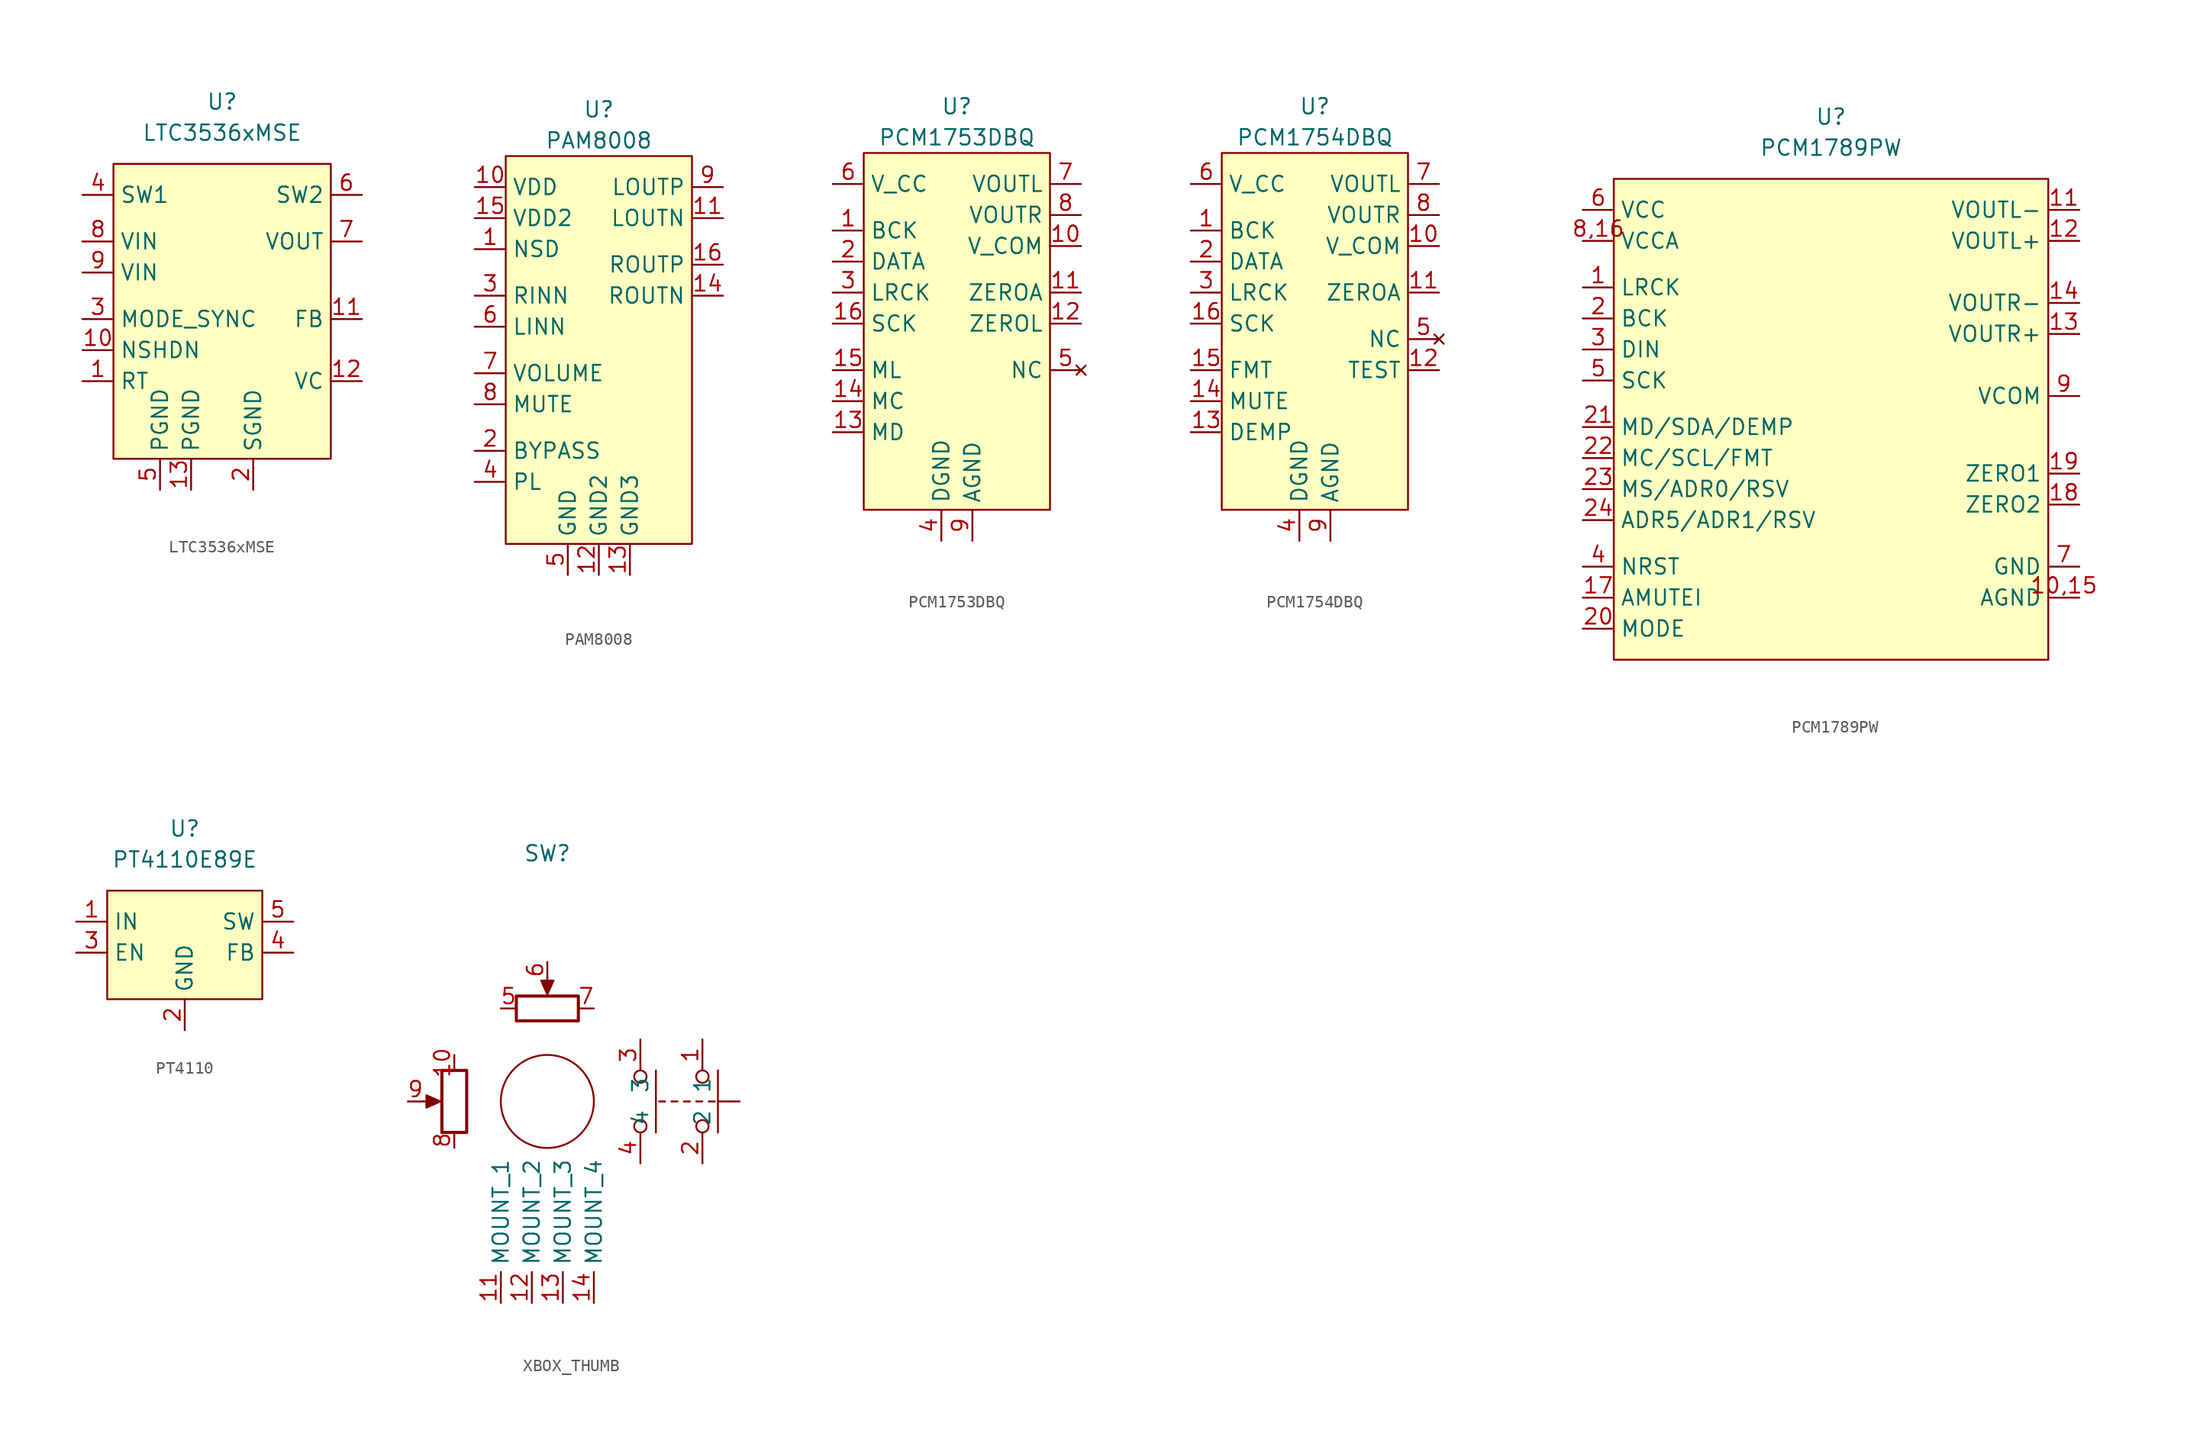
<source format=kicad_sym>
(kicad_symbol_lib
  (version 20220914)
  (generator kicad_symbol_editor)
  (symbol "LTC3536xMSE"
    (property "Reference" "U"
      (at 0 0 0)
      (effects (font (size 1.27 1.27))))
    (property "Value" "LTC3536xMSE"
      (at 0 -2.54 0)
      (effects (font (size 1.27 1.27))))
    (symbol "LTC3536xMSE_1_1"
      (rectangle (start -8.89 -5.08) (end 8.89 -29.21) (stroke (width 0) (type default)) (fill (type background)))
      (pin input line (at -11.43 -22.86 0) (length 2.54) (name "RT" (effects (font (size 1.27 1.27)))) (number "1" (effects (font (size 1.27 1.27)))))
      (pin input line (at -11.43 -20.32 0) (length 2.54) (name "NSHDN" (effects (font (size 1.27 1.27)))) (number "10" (effects (font (size 1.27 1.27)))))
      (pin input line (at 11.43 -17.78 180) (length 2.54) (name "FB" (effects (font (size 1.27 1.27)))) (number "11" (effects (font (size 1.27 1.27)))))
      (pin input line (at 11.43 -22.86 180) (length 2.54) (name "VC" (effects (font (size 1.27 1.27)))) (number "12" (effects (font (size 1.27 1.27)))))
      (pin power_in line (at -2.54 -31.75 90) (length 2.54) (name "PGND" (effects (font (size 1.27 1.27)))) (number "13" (effects (font (size 1.27 1.27)))))
      (pin power_in line (at 2.54 -31.75 90) (length 2.54) (name "SGND" (effects (font (size 1.27 1.27)))) (number "2" (effects (font (size 1.27 1.27)))))
      (pin input line (at -11.43 -17.78 0) (length 2.54) (name "MODE_SYNC" (effects (font (size 1.27 1.27)))) (number "3" (effects (font (size 1.27 1.27)))))
      (pin input line (at -11.43 -7.62 0) (length 2.54) (name "SW1" (effects (font (size 1.27 1.27)))) (number "4" (effects (font (size 1.27 1.27)))))
      (pin power_in line (at -5.08 -31.75 90) (length 2.54) (name "PGND" (effects (font (size 1.27 1.27)))) (number "5" (effects (font (size 1.27 1.27)))))
      (pin input line (at 11.43 -7.62 180) (length 2.54) (name "SW2" (effects (font (size 1.27 1.27)))) (number "6" (effects (font (size 1.27 1.27)))))
      (pin power_out line (at 11.43 -11.43 180) (length 2.54) (name "VOUT" (effects (font (size 1.27 1.27)))) (number "7" (effects (font (size 1.27 1.27)))))
      (pin power_in line (at -11.43 -11.43 0) (length 2.54) (name "VIN" (effects (font (size 1.27 1.27)))) (number "8" (effects (font (size 1.27 1.27)))))
      (pin power_in line (at -11.43 -13.97 0) (length 2.54) (name "VIN" (effects (font (size 1.27 1.27)))) (number "9" (effects (font (size 1.27 1.27)))))))
  (symbol "PAM8008"
    (property "Reference" "U"
      (at 0 2.54 0)
      (effects (font (size 1.27 1.27))))
    (property "Value" "PAM8008"
      (at 0 0 0)
      (effects (font (size 1.27 1.27))))
    (symbol "PAM8008_1_1"
      (rectangle (start -7.62 -1.27) (end 7.62 -33.02) (stroke (width 0) (type default)) (fill (type background)))
      (pin input line (at -10.16 -8.89 0) (length 2.54) (name "NSD" (effects (font (size 1.27 1.27)))) (number "1" (effects (font (size 1.27 1.27)))))
      (pin power_in line (at -10.16 -3.81 0) (length 2.54) (name "VDD" (effects (font (size 1.27 1.27)))) (number "10" (effects (font (size 1.27 1.27)))))
      (pin output line (at 10.16 -6.35 180) (length 2.54) (name "LOUTN" (effects (font (size 1.27 1.27)))) (number "11" (effects (font (size 1.27 1.27)))))
      (pin power_in line (at 0 -35.56 90) (length 2.54) (name "GND2" (effects (font (size 1.27 1.27)))) (number "12" (effects (font (size 1.27 1.27)))))
      (pin power_in line (at 2.54 -35.56 90) (length 2.54) (name "GND3" (effects (font (size 1.27 1.27)))) (number "13" (effects (font (size 1.27 1.27)))))
      (pin output line (at 10.16 -12.7 180) (length 2.54) (name "ROUTN" (effects (font (size 1.27 1.27)))) (number "14" (effects (font (size 1.27 1.27)))))
      (pin power_in line (at -10.16 -6.35 0) (length 2.54) (name "VDD2" (effects (font (size 1.27 1.27)))) (number "15" (effects (font (size 1.27 1.27)))))
      (pin output line (at 10.16 -10.16 180) (length 2.54) (name "ROUTP" (effects (font (size 1.27 1.27)))) (number "16" (effects (font (size 1.27 1.27)))))
      (pin input line (at -10.16 -25.4 0) (length 2.54) (name "BYPASS" (effects (font (size 1.27 1.27)))) (number "2" (effects (font (size 1.27 1.27)))))
      (pin input line (at -10.16 -12.7 0) (length 2.54) (name "RINN" (effects (font (size 1.27 1.27)))) (number "3" (effects (font (size 1.27 1.27)))))
      (pin input line (at -10.16 -27.94 0) (length 2.54) (name "PL" (effects (font (size 1.27 1.27)))) (number "4" (effects (font (size 1.27 1.27)))))
      (pin power_in line (at -2.54 -35.56 90) (length 2.54) (name "GND" (effects (font (size 1.27 1.27)))) (number "5" (effects (font (size 1.27 1.27)))))
      (pin input line (at -10.16 -15.24 0) (length 2.54) (name "LINN" (effects (font (size 1.27 1.27)))) (number "6" (effects (font (size 1.27 1.27)))))
      (pin input line (at -10.16 -19.05 0) (length 2.54) (name "VOLUME" (effects (font (size 1.27 1.27)))) (number "7" (effects (font (size 1.27 1.27)))))
      (pin input line (at -10.16 -21.59 0) (length 2.54) (name "MUTE" (effects (font (size 1.27 1.27)))) (number "8" (effects (font (size 1.27 1.27)))))
      (pin output line (at 10.16 -3.81 180) (length 2.54) (name "LOUTP" (effects (font (size 1.27 1.27)))) (number "9" (effects (font (size 1.27 1.27)))))))
  (symbol "PCM1753DBQ"
    (property "Reference" "U"
      (at 0 2.54 0)
      (effects (font (size 1.27 1.27))))
    (property "Value" "PCM1753DBQ"
      (at 0 0 0)
      (effects (font (size 1.27 1.27))))
    (symbol "PCM1753DBQ_1_1"
      (rectangle (start -7.62 -1.27) (end 7.62 -30.48) (stroke (width 0) (type default)) (fill (type background)))
      (pin input line (at -10.16 -7.62 0) (length 2.54) (name "BCK" (effects (font (size 1.27 1.27)))) (number "1" (effects (font (size 1.27 1.27)))))
      (pin power_out line (at 10.16 -8.89 180) (length 2.54) (name "V_COM" (effects (font (size 1.27 1.27)))) (number "10" (effects (font (size 1.27 1.27)))))
      (pin output line (at 10.16 -12.7 180) (length 2.54) (name "ZEROA" (effects (font (size 1.27 1.27)))) (number "11" (effects (font (size 1.27 1.27)))))
      (pin output line (at 10.16 -15.24 180) (length 2.54) (name "ZEROL" (effects (font (size 1.27 1.27)))) (number "12" (effects (font (size 1.27 1.27)))))
      (pin input line (at -10.16 -24.13 0) (length 2.54) (name "MD" (effects (font (size 1.27 1.27)))) (number "13" (effects (font (size 1.27 1.27)))))
      (pin input line (at -10.16 -21.59 0) (length 2.54) (name "MC" (effects (font (size 1.27 1.27)))) (number "14" (effects (font (size 1.27 1.27)))))
      (pin input line (at -10.16 -19.05 0) (length 2.54) (name "ML" (effects (font (size 1.27 1.27)))) (number "15" (effects (font (size 1.27 1.27)))))
      (pin input line (at -10.16 -15.24 0) (length 2.54) (name "SCK" (effects (font (size 1.27 1.27)))) (number "16" (effects (font (size 1.27 1.27)))))
      (pin input line (at -10.16 -10.16 0) (length 2.54) (name "DATA" (effects (font (size 1.27 1.27)))) (number "2" (effects (font (size 1.27 1.27)))))
      (pin input line (at -10.16 -12.7 0) (length 2.54) (name "LRCK" (effects (font (size 1.27 1.27)))) (number "3" (effects (font (size 1.27 1.27)))))
      (pin input line (at -1.27 -33.02 90) (length 2.54) (name "DGND" (effects (font (size 1.27 1.27)))) (number "4" (effects (font (size 1.27 1.27)))))
      (pin no_connect line (at 10.16 -19.05 180) (length 2.54) (name "NC" (effects (font (size 1.27 1.27)))) (number "5" (effects (font (size 1.27 1.27)))))
      (pin power_in line (at -10.16 -3.81 0) (length 2.54) (name "V_CC" (effects (font (size 1.27 1.27)))) (number "6" (effects (font (size 1.27 1.27)))))
      (pin output line (at 10.16 -3.81 180) (length 2.54) (name "VOUTL" (effects (font (size 1.27 1.27)))) (number "7" (effects (font (size 1.27 1.27)))))
      (pin output line (at 10.16 -6.35 180) (length 2.54) (name "VOUTR" (effects (font (size 1.27 1.27)))) (number "8" (effects (font (size 1.27 1.27)))))
      (pin input line (at 1.27 -33.02 90) (length 2.54) (name "AGND" (effects (font (size 1.27 1.27)))) (number "9" (effects (font (size 1.27 1.27)))))))
  (symbol "PCM1754DBQ"
    (property "Reference" "U"
      (at 0 2.54 0)
      (effects (font (size 1.27 1.27))))
    (property "Value" "PCM1754DBQ"
      (at 0 0 0)
      (effects (font (size 1.27 1.27))))
    (symbol "PCM1754DBQ_1_1"
      (rectangle (start -7.62 -1.27) (end 7.62 -30.48) (stroke (width 0) (type default)) (fill (type background)))
      (pin input line (at -10.16 -7.62 0) (length 2.54) (name "BCK" (effects (font (size 1.27 1.27)))) (number "1" (effects (font (size 1.27 1.27)))))
      (pin power_out line (at 10.16 -8.89 180) (length 2.54) (name "V_COM" (effects (font (size 1.27 1.27)))) (number "10" (effects (font (size 1.27 1.27)))))
      (pin output line (at 10.16 -12.7 180) (length 2.54) (name "ZEROA" (effects (font (size 1.27 1.27)))) (number "11" (effects (font (size 1.27 1.27)))))
      (pin output line (at 10.16 -19.05 180) (length 2.54) (name "TEST" (effects (font (size 1.27 1.27)))) (number "12" (effects (font (size 1.27 1.27)))))
      (pin input line (at -10.16 -24.13 0) (length 2.54) (name "DEMP" (effects (font (size 1.27 1.27)))) (number "13" (effects (font (size 1.27 1.27)))))
      (pin input line (at -10.16 -21.59 0) (length 2.54) (name "MUTE" (effects (font (size 1.27 1.27)))) (number "14" (effects (font (size 1.27 1.27)))))
      (pin input line (at -10.16 -19.05 0) (length 2.54) (name "FMT" (effects (font (size 1.27 1.27)))) (number "15" (effects (font (size 1.27 1.27)))))
      (pin input line (at -10.16 -15.24 0) (length 2.54) (name "SCK" (effects (font (size 1.27 1.27)))) (number "16" (effects (font (size 1.27 1.27)))))
      (pin input line (at -10.16 -10.16 0) (length 2.54) (name "DATA" (effects (font (size 1.27 1.27)))) (number "2" (effects (font (size 1.27 1.27)))))
      (pin input line (at -10.16 -12.7 0) (length 2.54) (name "LRCK" (effects (font (size 1.27 1.27)))) (number "3" (effects (font (size 1.27 1.27)))))
      (pin input line (at -1.27 -33.02 90) (length 2.54) (name "DGND" (effects (font (size 1.27 1.27)))) (number "4" (effects (font (size 1.27 1.27)))))
      (pin no_connect line (at 10.16 -16.51 180) (length 2.54) (name "NC" (effects (font (size 1.27 1.27)))) (number "5" (effects (font (size 1.27 1.27)))))
      (pin power_in line (at -10.16 -3.81 0) (length 2.54) (name "V_CC" (effects (font (size 1.27 1.27)))) (number "6" (effects (font (size 1.27 1.27)))))
      (pin output line (at 10.16 -3.81 180) (length 2.54) (name "VOUTL" (effects (font (size 1.27 1.27)))) (number "7" (effects (font (size 1.27 1.27)))))
      (pin output line (at 10.16 -6.35 180) (length 2.54) (name "VOUTR" (effects (font (size 1.27 1.27)))) (number "8" (effects (font (size 1.27 1.27)))))
      (pin input line (at 1.27 -33.02 90) (length 2.54) (name "AGND" (effects (font (size 1.27 1.27)))) (number "9" (effects (font (size 1.27 1.27)))))))
  (symbol "PCM1789PW"
    (property "Reference" "U"
      (at 0 0 0)
      (effects (font (size 1.27 1.27))))
    (property "Value" "PCM1789PW"
      (at 0 -2.54 0)
      (effects (font (size 1.27 1.27))))
    (symbol "PCM1789PW_1_1"
      (rectangle (start -17.78 -5.08) (end 17.78 -44.45) (stroke (width 0) (type default)) (fill (type background)))
      (pin input line (at -20.32 -13.97 0) (length 2.54) (name "LRCK" (effects (font (size 1.27 1.27)))) (number "1" (effects (font (size 1.27 1.27)))))
      (pin power_in line (at 20.32 -39.37 180) (length 2.54) (name "AGND" (effects (font (size 1.27 1.27)))) (number "10,15" (effects (font (size 1.27 1.27)))))
      (pin output line (at 20.32 -7.62 180) (length 2.54) (name "VOUTL-" (effects (font (size 1.27 1.27)))) (number "11" (effects (font (size 1.27 1.27)))))
      (pin output line (at 20.32 -10.16 180) (length 2.54) (name "VOUTL+" (effects (font (size 1.27 1.27)))) (number "12" (effects (font (size 1.27 1.27)))))
      (pin output line (at 20.32 -17.78 180) (length 2.54) (name "VOUTR+" (effects (font (size 1.27 1.27)))) (number "13" (effects (font (size 1.27 1.27)))))
      (pin output line (at 20.32 -15.24 180) (length 2.54) (name "VOUTR-" (effects (font (size 1.27 1.27)))) (number "14" (effects (font (size 1.27 1.27)))))
      (pin input line (at -20.32 -39.37 0) (length 2.54) (name "AMUTEI" (effects (font (size 1.27 1.27)))) (number "17" (effects (font (size 1.27 1.27)))))
      (pin output line (at 20.32 -31.75 180) (length 2.54) (name "ZERO2" (effects (font (size 1.27 1.27)))) (number "18" (effects (font (size 1.27 1.27)))))
      (pin output line (at 20.32 -29.21 180) (length 2.54) (name "ZERO1" (effects (font (size 1.27 1.27)))) (number "19" (effects (font (size 1.27 1.27)))))
      (pin input line (at -20.32 -16.51 0) (length 2.54) (name "BCK" (effects (font (size 1.27 1.27)))) (number "2" (effects (font (size 1.27 1.27)))))
      (pin input line (at -20.32 -41.91 0) (length 2.54) (name "MODE" (effects (font (size 1.27 1.27)))) (number "20" (effects (font (size 1.27 1.27)))))
      (pin input line (at -20.32 -25.4 0) (length 2.54) (name "MD/SDA/DEMP" (effects (font (size 1.27 1.27)))) (number "21" (effects (font (size 1.27 1.27)))))
      (pin input line (at -20.32 -27.94 0) (length 2.54) (name "MC/SCL/FMT" (effects (font (size 1.27 1.27)))) (number "22" (effects (font (size 1.27 1.27)))))
      (pin input line (at -20.32 -30.48 0) (length 2.54) (name "MS/ADR0/RSV" (effects (font (size 1.27 1.27)))) (number "23" (effects (font (size 1.27 1.27)))))
      (pin input line (at -20.32 -33.02 0) (length 2.54) (name "ADR5/ADR1/RSV" (effects (font (size 1.27 1.27)))) (number "24" (effects (font (size 1.27 1.27)))))
      (pin input line (at -20.32 -19.05 0) (length 2.54) (name "DIN" (effects (font (size 1.27 1.27)))) (number "3" (effects (font (size 1.27 1.27)))))
      (pin input line (at -20.32 -36.83 0) (length 2.54) (name "NRST" (effects (font (size 1.27 1.27)))) (number "4" (effects (font (size 1.27 1.27)))))
      (pin input line (at -20.32 -21.59 0) (length 2.54) (name "SCK" (effects (font (size 1.27 1.27)))) (number "5" (effects (font (size 1.27 1.27)))))
      (pin power_in line (at -20.32 -7.62 0) (length 2.54) (name "VCC" (effects (font (size 1.27 1.27)))) (number "6" (effects (font (size 1.27 1.27)))))
      (pin power_in line (at 20.32 -36.83 180) (length 2.54) (name "GND" (effects (font (size 1.27 1.27)))) (number "7" (effects (font (size 1.27 1.27)))))
      (pin power_in line (at -20.32 -10.16 0) (length 2.54) (name "VCCA" (effects (font (size 1.27 1.27)))) (number "8,16" (effects (font (size 1.27 1.27)))))
      (pin output line (at 20.32 -22.86 180) (length 2.54) (name "VCOM" (effects (font (size 1.27 1.27)))) (number "9" (effects (font (size 1.27 1.27)))))))
  (symbol "PT4110"
    (property "Reference" "U"
      (at 0 2.54 0)
      (effects (font (size 1.27 1.27))))
    (property "Value" "PT4110E89E"
      (at 0 0 0)
      (effects (font (size 1.27 1.27))))
    (symbol "PT4110_1_1"
      (rectangle (start -6.35 -2.54) (end 6.35 -11.43) (stroke (width 0) (type default)) (fill (type background)))
      (pin power_in line (at -8.89 -5.08 0) (length 2.54) (name "IN" (effects (font (size 1.27 1.27)))) (number "1" (effects (font (size 1.27 1.27)))))
      (pin power_in line (at 0 -13.97 90) (length 2.54) (name "GND" (effects (font (size 1.27 1.27)))) (number "2" (effects (font (size 1.27 1.27)))))
      (pin input line (at -8.89 -7.62 0) (length 2.54) (name "EN" (effects (font (size 1.27 1.27)))) (number "3" (effects (font (size 1.27 1.27)))))
      (pin input line (at 8.89 -7.62 180) (length 2.54) (name "FB" (effects (font (size 1.27 1.27)))) (number "4" (effects (font (size 1.27 1.27)))))
      (pin power_out line (at 8.89 -5.08 180) (length 2.54) (name "SW" (effects (font (size 1.27 1.27)))) (number "5" (effects (font (size 1.27 1.27)))))))
  (symbol "XBOX_THUMB"
    (property "Reference" "SW"
      (at 0 20.32 0)
      (effects (font (size 1.27 1.27))))
    (property "Value" ""
      (at 0 0 0)
      (effects (font (size 1.27 1.27))))
    (symbol "XBOX_THUMB_0_1"
      (rectangle (start -8.636 -2.54) (end -6.604 2.54) (stroke (width 0.254) (type default)) (fill (type none)))
      (rectangle (start -2.54 8.636) (end 2.54 6.604) (stroke (width 0.254) (type default)) (fill (type none)))
      (polyline (pts (xy -10.16 0) (xy -9.144 0)) (stroke (width 0) (type default)) (fill (type none)))
      (polyline (pts (xy 0 10.16) (xy 0 9.144)) (stroke (width 0) (type default)) (fill (type none)))
      (polyline (pts (xy 8.89 -2.54) (xy 8.89 2.54)) (stroke (width 0) (type default)) (fill (type none)))
      (polyline (pts (xy 9.652 0) (xy 9.144 0)) (stroke (width 0) (type default)) (fill (type none)))
      (polyline (pts (xy 10.668 0) (xy 10.16 0)) (stroke (width 0) (type default)) (fill (type none)))
      (polyline (pts (xy 11.176 0) (xy 11.684 0)) (stroke (width 0) (type default)) (fill (type none)))
      (polyline (pts (xy 12.192 0) (xy 12.7 0)) (stroke (width 0) (type default)) (fill (type none)))
      (polyline (pts (xy 13.208 0) (xy 13.716 0)) (stroke (width 0) (type default)) (fill (type none)))
      (polyline (pts (xy 13.97 -2.54) (xy 13.97 2.54)) (stroke (width 0) (type default)) (fill (type none)))
      (polyline (pts (xy 13.97 0) (xy 15.748 0)) (stroke (width 0) (type default)) (fill (type none)))
      (polyline (pts (xy -8.763 0) (xy -9.906 -0.508) (xy -9.906 0.508) (xy -8.763 0)) (stroke (width 0) (type default)) (fill (type outline)))
      (polyline (pts (xy 0 8.763) (xy -0.508 9.906) (xy 0.508 9.906) (xy 0 8.763)) (stroke (width 0) (type default)) (fill (type outline)))
      (circle (center 0 0) (radius 3.81) (stroke (width 0) (type default)) (fill (type none)))
      (circle (center 7.62 -2.032) (radius 0.508) (stroke (width 0) (type default)) (fill (type none)))
      (circle (center 7.62 2.032) (radius 0.508) (stroke (width 0) (type default)) (fill (type none)))
      (circle (center 12.7 -2.032) (radius 0.508) (stroke (width 0) (type default)) (fill (type none)))
      (circle (center 12.7 2.032) (radius 0.508) (stroke (width 0) (type default)) (fill (type none)))
      (pin passive line (at 12.7 5.08 270) (length 2.54) (name "1" (effects (font (size 1.27 1.27)))) (number "1" (effects (font (size 1.27 1.27)))))
      (pin passive line (at 12.7 -5.08 90) (length 2.54) (name "2" (effects (font (size 1.27 1.27)))) (number "2" (effects (font (size 1.27 1.27)))))
      (pin passive line (at 7.62 5.08 270) (length 2.54) (name "3" (effects (font (size 1.27 1.27)))) (number "3" (effects (font (size 1.27 1.27)))))
      (pin passive line (at 7.62 -5.08 90) (length 2.54) (name "4" (effects (font (size 1.27 1.27)))) (number "4" (effects (font (size 1.27 1.27))))))
    (symbol "XBOX_THUMB_1_1"
      (pin passive line (at -7.62 3.81 270) (length 1.27) (name "" (effects (font (size 1.27 1.27)))) (number "10" (effects (font (size 1.27 1.27)))))
      (pin unspecified line (at -3.81 -16.51 90) (length 2.54) (name "MOUNT_1" (effects (font (size 1.27 1.27)))) (number "11" (effects (font (size 1.27 1.27)))))
      (pin unspecified line (at -1.27 -16.51 90) (length 2.54) (name "MOUNT_2" (effects (font (size 1.27 1.27)))) (number "12" (effects (font (size 1.27 1.27)))))
      (pin unspecified line (at 1.27 -16.51 90) (length 2.54) (name "MOUNT_3" (effects (font (size 1.27 1.27)))) (number "13" (effects (font (size 1.27 1.27)))))
      (pin unspecified line (at 3.81 -16.51 90) (length 2.54) (name "MOUNT_4" (effects (font (size 1.27 1.27)))) (number "14" (effects (font (size 1.27 1.27)))))
      (pin passive line (at -3.81 7.62 0) (length 1.27) (name "" (effects (font (size 1.27 1.27)))) (number "5" (effects (font (size 1.27 1.27)))))
      (pin passive line (at 0 11.43 270) (length 1.27) (name "" (effects (font (size 1.27 1.27)))) (number "6" (effects (font (size 1.27 1.27)))))
      (pin passive line (at 3.81 7.62 180) (length 1.27) (name "" (effects (font (size 1.27 1.27)))) (number "7" (effects (font (size 1.27 1.27)))))
      (pin passive line (at -7.62 -3.81 90) (length 1.27) (name "" (effects (font (size 1.27 1.27)))) (number "8" (effects (font (size 1.27 1.27)))))
      (pin passive line (at -11.43 0 0) (length 1.27) (name "" (effects (font (size 1.27 1.27)))) (number "9" (effects (font (size 1.27 1.27))))))))
</source>
